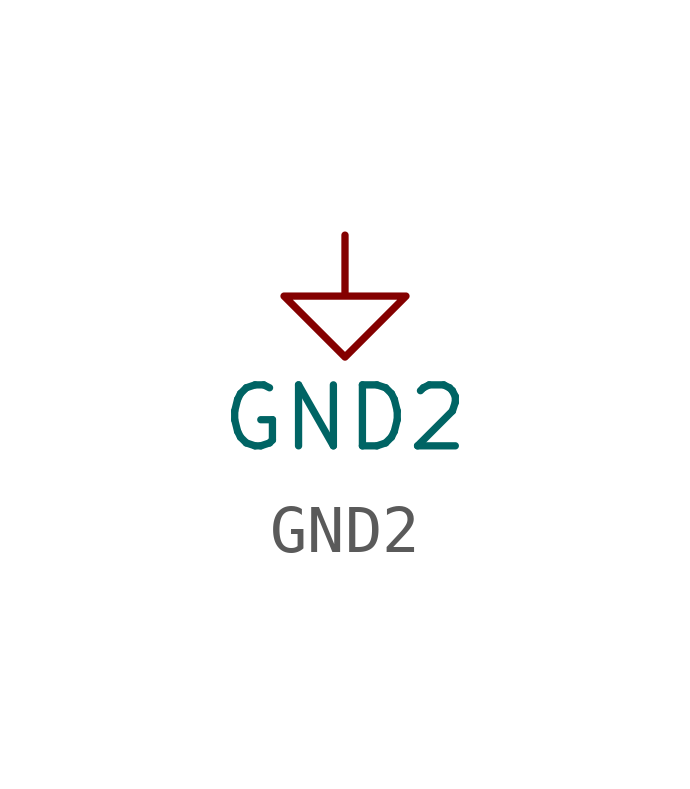
<source format=kicad_sym>
(kicad_symbol_lib
  (version 20220914)
  (generator kicad_symbol_editor)
  (symbol "GND2"
    (power)
    (pin_names
      (offset 0))
    (property "Reference" "#PWR"
      (at 0 -6.35 0)
      (effects (font (size 1.27 1.27)) hide))
    (property "Value" "GND2"
      (at 0 -3.81 0)
      (effects (font (size 1.27 1.27))))
    (symbol "GND2_0_1"
      (polyline (pts (xy 0 0) (xy 0 -1.27) (xy 1.27 -1.27) (xy 0 -2.54) (xy -1.27 -1.27) (xy 0 -1.27)) (stroke (width 0) (type solid)) (fill (type none))))
    (symbol "GND2_1_1"
      (pin power_in line (at 0 0 270) (length 0) hide (name "GND2" (effects (font (size 1.27 1.27)))) (number "1" (effects (font (size 1.27 1.27))))))))
</source>
